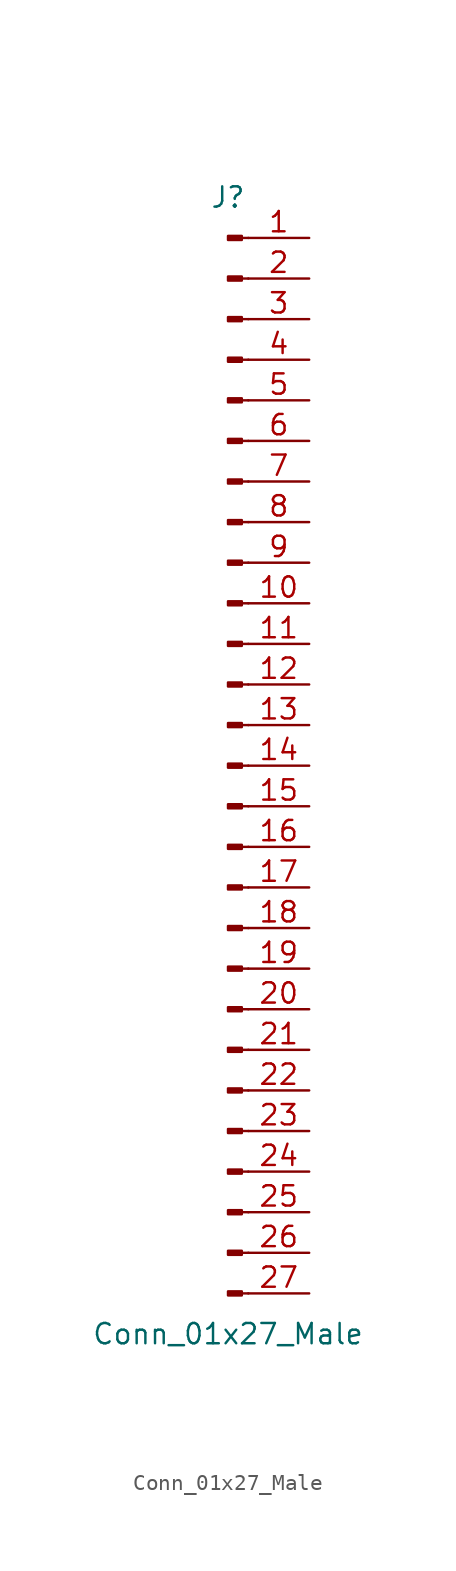
<source format=kicad_sym>
(kicad_symbol_lib
  (version 20201005)
  (generator kicad_symbol_editor)
  (symbol "Connector:Conn_01x27_Male"
    (pin_names
      (offset 1.016) hide)
    (property "Reference" "J"
      (at 0 35.56 0)
      (effects (font (size 1.27 1.27))))
    (property "Value" "Conn_01x27_Male"
      (at 0 -35.56 0)
      (effects (font (size 1.27 1.27))))
    (symbol "Conn_01x27_Male_1_1"
      (rectangle (start 0.864 -32.893) (end 0 -33.147) (stroke (width 0.152)) (fill (type outline)))
      (rectangle (start 0.864 -30.353) (end 0 -30.607) (stroke (width 0.152)) (fill (type outline)))
      (rectangle (start 0.864 -27.813) (end 0 -28.067) (stroke (width 0.152)) (fill (type outline)))
      (rectangle (start 0.864 -25.273) (end 0 -25.527) (stroke (width 0.152)) (fill (type outline)))
      (rectangle (start 0.864 -22.733) (end 0 -22.987) (stroke (width 0.152)) (fill (type outline)))
      (rectangle (start 0.864 -20.193) (end 0 -20.447) (stroke (width 0.152)) (fill (type outline)))
      (rectangle (start 0.864 -17.653) (end 0 -17.907) (stroke (width 0.152)) (fill (type outline)))
      (rectangle (start 0.864 -15.113) (end 0 -15.367) (stroke (width 0.152)) (fill (type outline)))
      (rectangle (start 0.864 -12.573) (end 0 -12.827) (stroke (width 0.152)) (fill (type outline)))
      (rectangle (start 0.864 -10.033) (end 0 -10.287) (stroke (width 0.152)) (fill (type outline)))
      (rectangle (start 0.864 -7.493) (end 0 -7.747) (stroke (width 0.152)) (fill (type outline)))
      (rectangle (start 0.864 -4.953) (end 0 -5.207) (stroke (width 0.152)) (fill (type outline)))
      (rectangle (start 0.864 -2.413) (end 0 -2.667) (stroke (width 0.152)) (fill (type outline)))
      (rectangle (start 0.864 0.127) (end 0 -0.127) (stroke (width 0.152)) (fill (type outline)))
      (rectangle (start 0.864 2.667) (end 0 2.413) (stroke (width 0.152)) (fill (type outline)))
      (rectangle (start 0.864 5.207) (end 0 4.953) (stroke (width 0.152)) (fill (type outline)))
      (rectangle (start 0.864 7.747) (end 0 7.493) (stroke (width 0.152)) (fill (type outline)))
      (rectangle (start 0.864 10.287) (end 0 10.033) (stroke (width 0.152)) (fill (type outline)))
      (rectangle (start 0.864 12.827) (end 0 12.573) (stroke (width 0.152)) (fill (type outline)))
      (rectangle (start 0.864 15.367) (end 0 15.113) (stroke (width 0.152)) (fill (type outline)))
      (rectangle (start 0.864 17.907) (end 0 17.653) (stroke (width 0.152)) (fill (type outline)))
      (rectangle (start 0.864 20.447) (end 0 20.193) (stroke (width 0.152)) (fill (type outline)))
      (rectangle (start 0.864 22.987) (end 0 22.733) (stroke (width 0.152)) (fill (type outline)))
      (rectangle (start 0.864 25.527) (end 0 25.273) (stroke (width 0.152)) (fill (type outline)))
      (rectangle (start 0.864 28.067) (end 0 27.813) (stroke (width 0.152)) (fill (type outline)))
      (rectangle (start 0.864 30.607) (end 0 30.353) (stroke (width 0.152)) (fill (type outline)))
      (rectangle (start 0.864 33.147) (end 0 32.893) (stroke (width 0.152)) (fill (type outline)))
      (polyline (pts (xy 1.27 -33.02) (xy 0.864 -33.02)) (stroke (width 0.152)) (fill (type none)))
      (polyline (pts (xy 1.27 -30.48) (xy 0.864 -30.48)) (stroke (width 0.152)) (fill (type none)))
      (polyline (pts (xy 1.27 -27.94) (xy 0.864 -27.94)) (stroke (width 0.152)) (fill (type none)))
      (polyline (pts (xy 1.27 -25.4) (xy 0.864 -25.4)) (stroke (width 0.152)) (fill (type none)))
      (polyline (pts (xy 1.27 -22.86) (xy 0.864 -22.86)) (stroke (width 0.152)) (fill (type none)))
      (polyline (pts (xy 1.27 -20.32) (xy 0.864 -20.32)) (stroke (width 0.152)) (fill (type none)))
      (polyline (pts (xy 1.27 -17.78) (xy 0.864 -17.78)) (stroke (width 0.152)) (fill (type none)))
      (polyline (pts (xy 1.27 -15.24) (xy 0.864 -15.24)) (stroke (width 0.152)) (fill (type none)))
      (polyline (pts (xy 1.27 -12.7) (xy 0.864 -12.7)) (stroke (width 0.152)) (fill (type none)))
      (polyline (pts (xy 1.27 -10.16) (xy 0.864 -10.16)) (stroke (width 0.152)) (fill (type none)))
      (polyline (pts (xy 1.27 -7.62) (xy 0.864 -7.62)) (stroke (width 0.152)) (fill (type none)))
      (polyline (pts (xy 1.27 -5.08) (xy 0.864 -5.08)) (stroke (width 0.152)) (fill (type none)))
      (polyline (pts (xy 1.27 -2.54) (xy 0.864 -2.54)) (stroke (width 0.152)) (fill (type none)))
      (polyline (pts (xy 1.27 0) (xy 0.864 0)) (stroke (width 0.152)) (fill (type none)))
      (polyline (pts (xy 1.27 2.54) (xy 0.864 2.54)) (stroke (width 0.152)) (fill (type none)))
      (polyline (pts (xy 1.27 5.08) (xy 0.864 5.08)) (stroke (width 0.152)) (fill (type none)))
      (polyline (pts (xy 1.27 7.62) (xy 0.864 7.62)) (stroke (width 0.152)) (fill (type none)))
      (polyline (pts (xy 1.27 10.16) (xy 0.864 10.16)) (stroke (width 0.152)) (fill (type none)))
      (polyline (pts (xy 1.27 12.7) (xy 0.864 12.7)) (stroke (width 0.152)) (fill (type none)))
      (polyline (pts (xy 1.27 15.24) (xy 0.864 15.24)) (stroke (width 0.152)) (fill (type none)))
      (polyline (pts (xy 1.27 17.78) (xy 0.864 17.78)) (stroke (width 0.152)) (fill (type none)))
      (polyline (pts (xy 1.27 20.32) (xy 0.864 20.32)) (stroke (width 0.152)) (fill (type none)))
      (polyline (pts (xy 1.27 22.86) (xy 0.864 22.86)) (stroke (width 0.152)) (fill (type none)))
      (polyline (pts (xy 1.27 25.4) (xy 0.864 25.4)) (stroke (width 0.152)) (fill (type none)))
      (polyline (pts (xy 1.27 27.94) (xy 0.864 27.94)) (stroke (width 0.152)) (fill (type none)))
      (polyline (pts (xy 1.27 30.48) (xy 0.864 30.48)) (stroke (width 0.152)) (fill (type none)))
      (polyline (pts (xy 1.27 33.02) (xy 0.864 33.02)) (stroke (width 0.152)) (fill (type none)))
      (pin passive line (at 5.08 33.02 180) (length 3.81) (name "Pin_1" (effects (font (size 1.27 1.27)))) (number "1" (effects (font (size 1.27 1.27)))))
      (pin passive line (at 5.08 10.16 180) (length 3.81) (name "Pin_10" (effects (font (size 1.27 1.27)))) (number "10" (effects (font (size 1.27 1.27)))))
      (pin passive line (at 5.08 7.62 180) (length 3.81) (name "Pin_11" (effects (font (size 1.27 1.27)))) (number "11" (effects (font (size 1.27 1.27)))))
      (pin passive line (at 5.08 5.08 180) (length 3.81) (name "Pin_12" (effects (font (size 1.27 1.27)))) (number "12" (effects (font (size 1.27 1.27)))))
      (pin passive line (at 5.08 2.54 180) (length 3.81) (name "Pin_13" (effects (font (size 1.27 1.27)))) (number "13" (effects (font (size 1.27 1.27)))))
      (pin passive line (at 5.08 0 180) (length 3.81) (name "Pin_14" (effects (font (size 1.27 1.27)))) (number "14" (effects (font (size 1.27 1.27)))))
      (pin passive line (at 5.08 -2.54 180) (length 3.81) (name "Pin_15" (effects (font (size 1.27 1.27)))) (number "15" (effects (font (size 1.27 1.27)))))
      (pin passive line (at 5.08 -5.08 180) (length 3.81) (name "Pin_16" (effects (font (size 1.27 1.27)))) (number "16" (effects (font (size 1.27 1.27)))))
      (pin passive line (at 5.08 -7.62 180) (length 3.81) (name "Pin_17" (effects (font (size 1.27 1.27)))) (number "17" (effects (font (size 1.27 1.27)))))
      (pin passive line (at 5.08 -10.16 180) (length 3.81) (name "Pin_18" (effects (font (size 1.27 1.27)))) (number "18" (effects (font (size 1.27 1.27)))))
      (pin passive line (at 5.08 -12.7 180) (length 3.81) (name "Pin_19" (effects (font (size 1.27 1.27)))) (number "19" (effects (font (size 1.27 1.27)))))
      (pin passive line (at 5.08 30.48 180) (length 3.81) (name "Pin_2" (effects (font (size 1.27 1.27)))) (number "2" (effects (font (size 1.27 1.27)))))
      (pin passive line (at 5.08 -15.24 180) (length 3.81) (name "Pin_20" (effects (font (size 1.27 1.27)))) (number "20" (effects (font (size 1.27 1.27)))))
      (pin passive line (at 5.08 -17.78 180) (length 3.81) (name "Pin_21" (effects (font (size 1.27 1.27)))) (number "21" (effects (font (size 1.27 1.27)))))
      (pin passive line (at 5.08 -20.32 180) (length 3.81) (name "Pin_22" (effects (font (size 1.27 1.27)))) (number "22" (effects (font (size 1.27 1.27)))))
      (pin passive line (at 5.08 -22.86 180) (length 3.81) (name "Pin_23" (effects (font (size 1.27 1.27)))) (number "23" (effects (font (size 1.27 1.27)))))
      (pin passive line (at 5.08 -25.4 180) (length 3.81) (name "Pin_24" (effects (font (size 1.27 1.27)))) (number "24" (effects (font (size 1.27 1.27)))))
      (pin passive line (at 5.08 -27.94 180) (length 3.81) (name "Pin_25" (effects (font (size 1.27 1.27)))) (number "25" (effects (font (size 1.27 1.27)))))
      (pin passive line (at 5.08 -30.48 180) (length 3.81) (name "Pin_26" (effects (font (size 1.27 1.27)))) (number "26" (effects (font (size 1.27 1.27)))))
      (pin passive line (at 5.08 -33.02 180) (length 3.81) (name "Pin_27" (effects (font (size 1.27 1.27)))) (number "27" (effects (font (size 1.27 1.27)))))
      (pin passive line (at 5.08 27.94 180) (length 3.81) (name "Pin_3" (effects (font (size 1.27 1.27)))) (number "3" (effects (font (size 1.27 1.27)))))
      (pin passive line (at 5.08 25.4 180) (length 3.81) (name "Pin_4" (effects (font (size 1.27 1.27)))) (number "4" (effects (font (size 1.27 1.27)))))
      (pin passive line (at 5.08 22.86 180) (length 3.81) (name "Pin_5" (effects (font (size 1.27 1.27)))) (number "5" (effects (font (size 1.27 1.27)))))
      (pin passive line (at 5.08 20.32 180) (length 3.81) (name "Pin_6" (effects (font (size 1.27 1.27)))) (number "6" (effects (font (size 1.27 1.27)))))
      (pin passive line (at 5.08 17.78 180) (length 3.81) (name "Pin_7" (effects (font (size 1.27 1.27)))) (number "7" (effects (font (size 1.27 1.27)))))
      (pin passive line (at 5.08 15.24 180) (length 3.81) (name "Pin_8" (effects (font (size 1.27 1.27)))) (number "8" (effects (font (size 1.27 1.27)))))
      (pin passive line (at 5.08 12.7 180) (length 3.81) (name "Pin_9" (effects (font (size 1.27 1.27)))) (number "9" (effects (font (size 1.27 1.27))))))))
</source>
